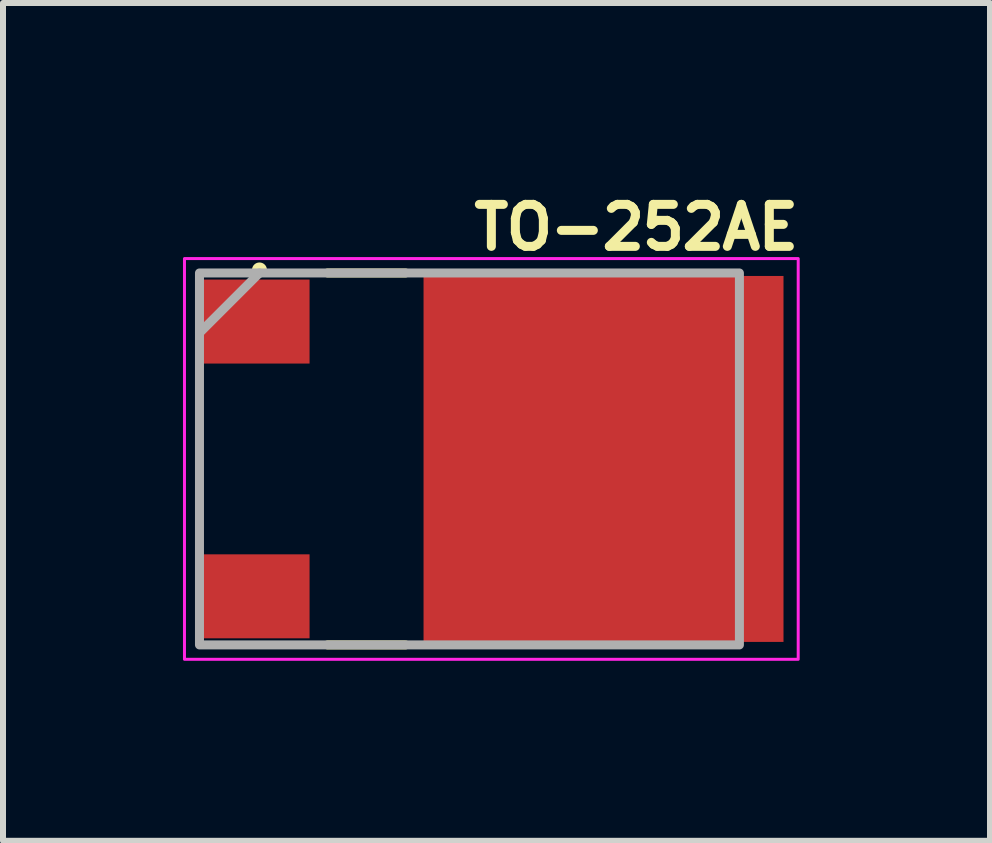
<source format=kicad_pcb>
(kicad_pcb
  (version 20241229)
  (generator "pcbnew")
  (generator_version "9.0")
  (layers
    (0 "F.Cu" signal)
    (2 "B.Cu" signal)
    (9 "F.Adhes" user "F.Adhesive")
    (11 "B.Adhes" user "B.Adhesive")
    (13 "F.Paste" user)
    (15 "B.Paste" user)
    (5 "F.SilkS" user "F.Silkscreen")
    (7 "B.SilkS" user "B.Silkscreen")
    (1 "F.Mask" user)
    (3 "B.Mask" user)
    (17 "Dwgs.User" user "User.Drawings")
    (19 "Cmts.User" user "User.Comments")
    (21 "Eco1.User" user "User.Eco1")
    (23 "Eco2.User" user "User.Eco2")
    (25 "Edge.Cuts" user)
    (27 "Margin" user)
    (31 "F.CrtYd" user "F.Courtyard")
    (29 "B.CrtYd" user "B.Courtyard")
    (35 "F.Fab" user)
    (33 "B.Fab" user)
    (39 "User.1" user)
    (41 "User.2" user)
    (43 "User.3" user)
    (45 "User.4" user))
  (footprint "TO-252AE"
    (layer "F.Cu")
    (at 4.775 4.6)
    (property "Reference" "TO-252AE" (at 0 -3.45 0) (layer "F.SilkS") (effects (font (size 0.7 0.7) (thickness 0.15)) (justify left bottom)))
    (attr smd)
    (fp_line (start -2.365 -3.1) (end -1.065 -3.1) (stroke (width 0.15) (type solid)) (layer "F.SilkS"))
    (fp_line (start -2.365 3.1) (end -1.065 3.1) (stroke (width 0.15) (type solid)) (layer "F.SilkS"))
    (fp_circle (center -3.5 -3.15) (end -3.45 -3.15) (stroke (width 0.15) (type solid)) (fill yes) (layer "F.SilkS"))
    (fp_rect (start -4.75 -3.34) (end 5.48 3.34) (stroke (width 0.05) (type solid)) (fill no) (layer "F.CrtYd"))
    (fp_line (start -3.5 -3.1) (end -4.5 -2.1) (stroke (width 0.15) (type solid)) (layer "F.Fab"))
    (fp_rect (start -4.5 -3.1) (end 4.5 3.1) (stroke (width 0.15) (type solid)) (fill no) (layer "F.Fab"))
    (fp_rect (start -4.5 -3.1) (end 4.5 3.1) (stroke (width 0.1) (type solid)) (fill no) (layer "User.5"))
    (fp_line (start -4.5 -1.908) (end -4.5 -2.667) (stroke (width 0.02) (type solid)) (layer "User.9"))
    (fp_line (start -4.5 -1.908) (end -3.682 -1.908) (stroke (width 0.02) (type solid)) (layer "User.9"))
    (fp_line (start -4.5 2.667) (end -4.5 1.908) (stroke (width 0.02) (type solid)) (layer "User.9"))
    (fp_line (start -4.5 2.667) (end -3.682 2.667) (stroke (width 0.02) (type solid)) (layer "User.9"))
    (fp_line (start -3.682 -2.667) (end -4.5 -2.667) (stroke (width 0.02) (type solid)) (layer "User.9"))
    (fp_line (start -3.682 -1.908) (end -3.682 -2.667) (stroke (width 0.02) (type solid)) (layer "User.9"))
    (fp_line (start -3.682 -1.908) (end -3.672 -1.908) (stroke (width 0.02) (type solid)) (layer "User.9"))
    (fp_line (start -3.682 1.908) (end -4.5 1.908) (stroke (width 0.02) (type solid)) (layer "User.9"))
    (fp_line (start -3.682 2.667) (end -3.682 1.908) (stroke (width 0.02) (type solid)) (layer "User.9"))
    (fp_line (start -3.682 2.667) (end -3.672 2.667) (stroke (width 0.02) (type solid)) (layer "User.9"))
    (fp_line (start -3.672 -2.667) (end -3.682 -2.667) (stroke (width 0.02) (type solid)) (layer "User.9"))
    (fp_line (start -3.672 -1.908) (end -3.661 -1.908) (stroke (width 0.02) (type solid)) (layer "User.9"))
    (fp_line (start -3.672 1.908) (end -3.682 1.908) (stroke (width 0.02) (type solid)) (layer "User.9"))
    (fp_line (start -3.672 2.667) (end -3.661 2.667) (stroke (width 0.02) (type solid)) (layer "User.9"))
    (fp_line (start -3.661 -2.667) (end -3.672 -2.667) (stroke (width 0.02) (type solid)) (layer "User.9"))
    (fp_line (start -3.661 -1.908) (end -3.652 -1.908) (stroke (width 0.02) (type solid)) (layer "User.9"))
    (fp_line (start -3.661 1.908) (end -3.672 1.908) (stroke (width 0.02) (type solid)) (layer "User.9"))
    (fp_line (start -3.661 2.667) (end -3.652 2.667) (stroke (width 0.02) (type solid)) (layer "User.9"))
    (fp_line (start -3.652 -2.667) (end -3.661 -2.667) (stroke (width 0.02) (type solid)) (layer "User.9"))
    (fp_line (start -3.652 -1.908) (end -3.642 -1.908) (stroke (width 0.02) (type solid)) (layer "User.9"))
    (fp_line (start -3.652 1.908) (end -3.661 1.908) (stroke (width 0.02) (type solid)) (layer "User.9"))
    (fp_line (start -3.652 2.667) (end -3.642 2.667) (stroke (width 0.02) (type solid)) (layer "User.9"))
    (fp_line (start -3.642 -2.667) (end -3.652 -2.667) (stroke (width 0.02) (type solid)) (layer "User.9"))
    (fp_line (start -3.642 -1.908) (end -3.632 -1.908) (stroke (width 0.02) (type solid)) (layer "User.9"))
    (fp_line (start -3.642 1.908) (end -3.652 1.908) (stroke (width 0.02) (type solid)) (layer "User.9"))
    (fp_line (start -3.642 2.667) (end -3.632 2.667) (stroke (width 0.02) (type solid)) (layer "User.9"))
    (fp_line (start -3.632 -2.667) (end -3.642 -2.667) (stroke (width 0.02) (type solid)) (layer "User.9"))
    (fp_line (start -3.632 -1.908) (end -3.623 -1.908) (stroke (width 0.02) (type solid)) (layer "User.9"))
    (fp_line (start -3.632 1.908) (end -3.642 1.908) (stroke (width 0.02) (type solid)) (layer "User.9"))
    (fp_line (start -3.632 2.667) (end -3.623 2.667) (stroke (width 0.02) (type solid)) (layer "User.9"))
    (fp_line (start -3.623 -2.667) (end -3.632 -2.667) (stroke (width 0.02) (type solid)) (layer "User.9"))
    (fp_line (start -3.623 -1.908) (end -3.614 -1.908) (stroke (width 0.02) (type solid)) (layer "User.9"))
    (fp_line (start -3.623 1.908) (end -3.632 1.908) (stroke (width 0.02) (type solid)) (layer "User.9"))
    (fp_line (start -3.623 2.667) (end -3.614 2.667) (stroke (width 0.02) (type solid)) (layer "User.9"))
    (fp_line (start -3.614 -2.667) (end -3.623 -2.667) (stroke (width 0.02) (type solid)) (layer "User.9"))
    (fp_line (start -3.614 -1.908) (end -3.606 -1.908) (stroke (width 0.02) (type solid)) (layer "User.9"))
    (fp_line (start -3.614 1.908) (end -3.623 1.908) (stroke (width 0.02) (type solid)) (layer "User.9"))
    (fp_line (start -3.614 2.667) (end -3.606 2.667) (stroke (width 0.02) (type solid)) (layer "User.9"))
    (fp_line (start -3.606 -2.667) (end -3.614 -2.667) (stroke (width 0.02) (type solid)) (layer "User.9"))
    (fp_line (start -3.606 -1.908) (end -3.598 -1.908) (stroke (width 0.02) (type solid)) (layer "User.9"))
    (fp_line (start -3.606 1.908) (end -3.614 1.908) (stroke (width 0.02) (type solid)) (layer "User.9"))
    (fp_line (start -3.606 2.667) (end -3.598 2.667) (stroke (width 0.02) (type solid)) (layer "User.9"))
    (fp_line (start -3.598 -2.667) (end -3.606 -2.667) (stroke (width 0.02) (type solid)) (layer "User.9"))
    (fp_line (start -3.598 -1.908) (end -3.59 -1.908) (stroke (width 0.02) (type solid)) (layer "User.9"))
    (fp_line (start -3.598 1.908) (end -3.606 1.908) (stroke (width 0.02) (type solid)) (layer "User.9"))
    (fp_line (start -3.598 2.667) (end -3.59 2.667) (stroke (width 0.02) (type solid)) (layer "User.9"))
    (fp_line (start -3.59 -2.667) (end -3.598 -2.667) (stroke (width 0.02) (type solid)) (layer "User.9"))
    (fp_line (start -3.59 -1.908) (end -3.583 -1.908) (stroke (width 0.02) (type solid)) (layer "User.9"))
    (fp_line (start -3.59 1.908) (end -3.598 1.908) (stroke (width 0.02) (type solid)) (layer "User.9"))
    (fp_line (start -3.59 2.667) (end -3.583 2.667) (stroke (width 0.02) (type solid)) (layer "User.9"))
    (fp_line (start -3.583 -2.667) (end -3.59 -2.667) (stroke (width 0.02) (type solid)) (layer "User.9"))
    (fp_line (start -3.583 -1.908) (end -3.576 -1.908) (stroke (width 0.02) (type solid)) (layer "User.9"))
    (fp_line (start -3.583 1.908) (end -3.59 1.908) (stroke (width 0.02) (type solid)) (layer "User.9"))
    (fp_line (start -3.583 2.667) (end -3.576 2.667) (stroke (width 0.02) (type solid)) (layer "User.9"))
    (fp_line (start -3.576 -2.667) (end -3.583 -2.667) (stroke (width 0.02) (type solid)) (layer "User.9"))
    (fp_line (start -3.576 -1.908) (end -3.57 -1.908) (stroke (width 0.02) (type solid)) (layer "User.9"))
    (fp_line (start -3.576 1.908) (end -3.583 1.908) (stroke (width 0.02) (type solid)) (layer "User.9"))
    (fp_line (start -3.576 2.667) (end -3.57 2.667) (stroke (width 0.02) (type solid)) (layer "User.9"))
    (fp_line (start -3.57 -2.667) (end -3.576 -2.667) (stroke (width 0.02) (type solid)) (layer "User.9"))
    (fp_line (start -3.57 -1.908) (end -3.565 -1.908) (stroke (width 0.02) (type solid)) (layer "User.9"))
    (fp_line (start -3.57 1.908) (end -3.576 1.908) (stroke (width 0.02) (type solid)) (layer "User.9"))
    (fp_line (start -3.57 2.667) (end -3.565 2.667) (stroke (width 0.02) (type solid)) (layer "User.9"))
    (fp_line (start -3.565 -2.667) (end -3.57 -2.667) (stroke (width 0.02) (type solid)) (layer "User.9"))
    (fp_line (start -3.565 -1.908) (end -3.565 -2.667) (stroke (width 0.02) (type solid)) (layer "User.9"))
    (fp_line (start -3.565 -1.908) (end -3.49 -1.908) (stroke (width 0.02) (type solid)) (layer "User.9"))
    (fp_line (start -3.565 1.908) (end -3.57 1.908) (stroke (width 0.02) (type solid)) (layer "User.9"))
    (fp_line (start -3.565 2.667) (end -3.565 1.908) (stroke (width 0.02) (type solid)) (layer "User.9"))
    (fp_line (start -3.565 2.667) (end -3.49 2.667) (stroke (width 0.02) (type solid)) (layer "User.9"))
    (fp_line (start -3.49 -2.667) (end -3.565 -2.667) (stroke (width 0.02) (type solid)) (layer "User.9"))
    (fp_line (start -3.49 -1.908) (end -3.49 -2.667) (stroke (width 0.02) (type solid)) (layer "User.9"))
    (fp_line (start -3.49 -1.908) (end -3.472 -1.908) (stroke (width 0.02) (type solid)) (layer "User.9"))
    (fp_line (start -3.49 1.908) (end -3.565 1.908) (stroke (width 0.02) (type solid)) (layer "User.9"))
    (fp_line (start -3.49 2.667) (end -3.49 1.908) (stroke (width 0.02) (type solid)) (layer "User.9"))
    (fp_line (start -3.49 2.667) (end -3.472 2.667) (stroke (width 0.02) (type solid)) (layer "User.9"))
    (fp_line (start -3.472 -2.667) (end -3.49 -2.667) (stroke (width 0.02) (type solid)) (layer "User.9"))
    (fp_line (start -3.472 -1.908) (end -3.452 -1.908) (stroke (width 0.02) (type solid)) (layer "User.9"))
    (fp_line (start -3.472 1.908) (end -3.49 1.908) (stroke (width 0.02) (type solid)) (layer "User.9"))
    (fp_line (start -3.472 2.667) (end -3.452 2.667) (stroke (width 0.02) (type solid)) (layer "User.9"))
    (fp_line (start -3.452 -2.667) (end -3.472 -2.667) (stroke (width 0.02) (type solid)) (layer "User.9"))
    (fp_line (start -3.452 -1.908) (end -3.43 -1.908) (stroke (width 0.02) (type solid)) (layer "User.9"))
    (fp_line (start -3.452 1.908) (end -3.472 1.908) (stroke (width 0.02) (type solid)) (layer "User.9"))
    (fp_line (start -3.452 2.667) (end -3.43 2.667) (stroke (width 0.02) (type solid)) (layer "User.9"))
    (fp_line (start -3.43 -2.667) (end -3.452 -2.667) (stroke (width 0.02) (type solid)) (layer "User.9"))
    (fp_line (start -3.43 -1.908) (end -3.406 -1.908) (stroke (width 0.02) (type solid)) (layer "User.9"))
    (fp_line (start -3.43 1.908) (end -3.452 1.908) (stroke (width 0.02) (type solid)) (layer "User.9"))
    (fp_line (start -3.43 2.667) (end -3.406 2.667) (stroke (width 0.02) (type solid)) (layer "User.9"))
    (fp_line (start -3.406 -2.667) (end -3.43 -2.667) (stroke (width 0.02) (type solid)) (layer "User.9"))
    (fp_line (start -3.406 -1.908) (end -3.381 -1.908) (stroke (width 0.02) (type solid)) (layer "User.9"))
    (fp_line (start -3.406 1.908) (end -3.43 1.908) (stroke (width 0.02) (type solid)) (layer "User.9"))
    (fp_line (start -3.406 2.667) (end -3.381 2.667) (stroke (width 0.02) (type solid)) (layer "User.9"))
    (fp_line (start -3.381 -2.667) (end -3.406 -2.667) (stroke (width 0.02) (type solid)) (layer "User.9"))
    (fp_line (start -3.381 -1.908) (end -3.354 -1.908) (stroke (width 0.02) (type solid)) (layer "User.9"))
    (fp_line (start -3.381 1.908) (end -3.406 1.908) (stroke (width 0.02) (type solid)) (layer "User.9"))
    (fp_line (start -3.381 2.667) (end -3.354 2.667) (stroke (width 0.02) (type solid)) (layer "User.9"))
    (fp_line (start -3.354 -2.667) (end -3.381 -2.667) (stroke (width 0.02) (type solid)) (layer "User.9"))
    (fp_line (start -3.354 -1.908) (end -3.325 -1.908) (stroke (width 0.02) (type solid)) (layer "User.9"))
    (fp_line (start -3.354 1.908) (end -3.381 1.908) (stroke (width 0.02) (type solid)) (layer "User.9"))
    (fp_line (start -3.354 2.667) (end -3.325 2.667) (stroke (width 0.02) (type solid)) (layer "User.9"))
    (fp_line (start -3.325 -2.667) (end -3.354 -2.667) (stroke (width 0.02) (type solid)) (layer "User.9"))
    (fp_line (start -3.325 -1.908) (end -3.295 -1.908) (stroke (width 0.02) (type solid)) (layer "User.9"))
    (fp_line (start -3.325 1.908) (end -3.354 1.908) (stroke (width 0.02) (type solid)) (layer "User.9"))
    (fp_line (start -3.325 2.667) (end -3.295 2.667) (stroke (width 0.02) (type solid)) (layer "User.9"))
    (fp_line (start -3.295 -2.667) (end -3.325 -2.667) (stroke (width 0.02) (type solid)) (layer "User.9"))
    (fp_line (start -3.295 -1.908) (end -3.265 -1.908) (stroke (width 0.02) (type solid)) (layer "User.9"))
    (fp_line (start -3.295 1.908) (end -3.325 1.908) (stroke (width 0.02) (type solid)) (layer "User.9"))
    (fp_line (start -3.295 2.667) (end -3.265 2.667) (stroke (width 0.02) (type solid)) (layer "User.9"))
    (fp_line (start -3.265 -2.667) (end -3.295 -2.667) (stroke (width 0.02) (type solid)) (layer "User.9"))
    (fp_line (start -3.265 -1.908) (end -3.233 -1.908) (stroke (width 0.02) (type solid)) (layer "User.9"))
    (fp_line (start -3.265 1.908) (end -3.295 1.908) (stroke (width 0.02) (type solid)) (layer "User.9"))
    (fp_line (start -3.265 2.667) (end -3.233 2.667) (stroke (width 0.02) (type solid)) (layer "User.9"))
    (fp_line (start -3.233 -2.667) (end -3.265 -2.667) (stroke (width 0.02) (type solid)) (layer "User.9"))
    (fp_line (start -3.233 -1.908) (end -3.2 -1.908) (stroke (width 0.02) (type solid)) (layer "User.9"))
    (fp_line (start -3.233 1.908) (end -3.265 1.908) (stroke (width 0.02) (type solid)) (layer "User.9"))
    (fp_line (start -3.233 2.667) (end -3.2 2.667) (stroke (width 0.02) (type solid)) (layer "User.9"))
    (fp_line (start -3.2 -2.667) (end -3.233 -2.667) (stroke (width 0.02) (type solid)) (layer "User.9"))
    (fp_line (start -3.2 -1.908) (end -3.167 -1.908) (stroke (width 0.02) (type solid)) (layer "User.9"))
    (fp_line (start -3.2 1.908) (end -3.233 1.908) (stroke (width 0.02) (type solid)) (layer "User.9"))
    (fp_line (start -3.2 2.667) (end -3.167 2.667) (stroke (width 0.02) (type solid)) (layer "User.9"))
    (fp_line (start -3.167 -2.667) (end -3.2 -2.667) (stroke (width 0.02) (type solid)) (layer "User.9"))
    (fp_line (start -3.167 -1.908) (end -3.134 -1.908) (stroke (width 0.02) (type solid)) (layer "User.9"))
    (fp_line (start -3.167 1.908) (end -3.2 1.908) (stroke (width 0.02) (type solid)) (layer "User.9"))
    (fp_line (start -3.167 2.667) (end -3.134 2.667) (stroke (width 0.02) (type solid)) (layer "User.9"))
    (fp_line (start -3.134 -2.667) (end -3.167 -2.667) (stroke (width 0.02) (type solid)) (layer "User.9"))
    (fp_line (start -3.134 -1.908) (end -3.1 -1.908) (stroke (width 0.02) (type solid)) (layer "User.9"))
    (fp_line (start -3.134 1.908) (end -3.167 1.908) (stroke (width 0.02) (type solid)) (layer "User.9"))
    (fp_line (start -3.134 2.667) (end -3.1 2.667) (stroke (width 0.02) (type solid)) (layer "User.9"))
    (fp_line (start -3.1 -2.667) (end -3.134 -2.667) (stroke (width 0.02) (type solid)) (layer "User.9"))
    (fp_line (start -3.1 -1.908) (end -3.1 -2.667) (stroke (width 0.02) (type solid)) (layer "User.9"))
    (fp_line (start -3.1 -1.908) (end -2.579 -1.908) (stroke (width 0.02) (type solid)) (layer "User.9"))
    (fp_line (start -3.1 1.908) (end -3.134 1.908) (stroke (width 0.02) (type solid)) (layer "User.9"))
    (fp_line (start -3.1 2.667) (end -3.1 1.908) (stroke (width 0.02) (type solid)) (layer "User.9"))
    (fp_line (start -3.1 2.667) (end -2.579 2.667) (stroke (width 0.02) (type solid)) (layer "User.9"))
    (fp_line (start -3 -0.381) (end -3 0.381) (stroke (width 0.02) (type solid)) (layer "User.9"))
    (fp_line (start -3 0.381) (end -2.579 0.381) (stroke (width 0.02) (type solid)) (layer "User.9"))
    (fp_line (start -2.6 -3.09) (end -2.6 -2.667) (stroke (width 0.02) (type solid)) (layer "User.9"))
    (fp_line (start -2.6 -3.09) (end -2.59 -3.1) (stroke (width 0.02) (type solid)) (layer "User.9"))
    (fp_line (start -2.6 -1.908) (end -2.6 -0.381) (stroke (width 0.02) (type solid)) (layer "User.9"))
    (fp_line (start -2.6 0.381) (end -2.6 1.908) (stroke (width 0.02) (type solid)) (layer "User.9"))
    (fp_line (start -2.6 2.667) (end -2.6 3.09) (stroke (width 0.02) (type solid)) (layer "User.9"))
    (fp_line (start -2.6 3.09) (end -2.55 3.04) (stroke (width 0.02) (type solid)) (layer "User.9"))
    (fp_line (start -2.59 -3.1) (end 3.967 -3.1) (stroke (width 0.02) (type solid)) (layer "User.9"))
    (fp_line (start -2.59 3.1) (end -2.6 3.09) (stroke (width 0.02) (type solid)) (layer "User.9"))
    (fp_line (start -2.59 3.1) (end 3.967 3.1) (stroke (width 0.02) (type solid)) (layer "User.9"))
    (fp_line (start -2.579 -2.667) (end -3.1 -2.667) (stroke (width 0.02) (type solid)) (layer "User.9"))
    (fp_line (start -2.579 -1.908) (end -2.579 -2.667) (stroke (width 0.02) (type solid)) (layer "User.9"))
    (fp_line (start -2.579 -0.381) (end -3 -0.381) (stroke (width 0.02) (type solid)) (layer "User.9"))
    (fp_line (start -2.579 0.381) (end -2.579 -0.381) (stroke (width 0.02) (type solid)) (layer "User.9"))
    (fp_line (start -2.579 1.908) (end -3.1 1.908) (stroke (width 0.02) (type solid)) (layer "User.9"))
    (fp_line (start -2.579 2.667) (end -2.579 1.908) (stroke (width 0.02) (type solid)) (layer "User.9"))
    (fp_line (start -2.55 -3.04) (end -2.6 -3.09) (stroke (width 0.02) (type solid)) (layer "User.9"))
    (fp_line (start -2.55 -3.04) (end 3.871 -3.04) (stroke (width 0.02) (type solid)) (layer "User.9"))
    (fp_line (start -2.55 3.04) (end -2.548 3.036) (stroke (width 0.02) (type solid)) (layer "User.9"))
    (fp_line (start -2.548 -3.036) (end -2.55 -3.04) (stroke (width 0.02) (type solid)) (layer "User.9"))
    (fp_line (start -2.548 3.036) (end -2.547 3.026) (stroke (width 0.02) (type solid)) (layer "User.9"))
    (fp_line (start -2.547 -3.026) (end -2.548 -3.036) (stroke (width 0.02) (type solid)) (layer "User.9"))
    (fp_line (start -2.547 3.026) (end -2.543 2.992) (stroke (width 0.02) (type solid)) (layer "User.9"))
    (fp_line (start -2.543 -2.992) (end -2.547 -3.026) (stroke (width 0.02) (type solid)) (layer "User.9"))
    (fp_line (start -2.543 2.992) (end -2.541 2.89) (stroke (width 0.02) (type solid)) (layer "User.9"))
    (fp_line (start -2.541 -2.89) (end -2.543 -2.992) (stroke (width 0.02) (type solid)) (layer "User.9"))
    (fp_line (start -2.541 -2.89) (end -2.541 2.89) (stroke (width 0.02) (type solid)) (layer "User.9"))
    (fp_line (start -2.541 2.89) (end 3.856 2.89) (stroke (width 0.02) (type solid)) (layer "User.9"))
    (fp_line (start 3.856 -2.89) (end -2.541 -2.89) (stroke (width 0.02) (type solid)) (layer "User.9"))
    (fp_line (start 3.856 2.89) (end 3.856 -2.89) (stroke (width 0.02) (type solid)) (layer "User.9"))
    (fp_line (start 3.856 2.89) (end 3.857 2.943) (stroke (width 0.02) (type solid)) (layer "User.9"))
    (fp_line (start 3.857 -2.943) (end 3.856 -2.89) (stroke (width 0.02) (type solid)) (layer "User.9"))
    (fp_line (start 3.857 2.943) (end 3.86 2.992) (stroke (width 0.02) (type solid)) (layer "User.9"))
    (fp_line (start 3.86 -2.992) (end 3.857 -2.943) (stroke (width 0.02) (type solid)) (layer "User.9"))
    (fp_line (start 3.86 2.992) (end 3.866 3.026) (stroke (width 0.02) (type solid)) (layer "User.9"))
    (fp_line (start 3.866 -3.026) (end 3.86 -2.992) (stroke (width 0.02) (type solid)) (layer "User.9"))
    (fp_line (start 3.866 3.026) (end 3.869 3.036) (stroke (width 0.02) (type solid)) (layer "User.9"))
    (fp_line (start 3.869 -3.036) (end 3.866 -3.026) (stroke (width 0.02) (type solid)) (layer "User.9"))
    (fp_line (start 3.869 3.036) (end 3.871 3.04) (stroke (width 0.02) (type solid)) (layer "User.9"))
    (fp_line (start 3.871 -3.04) (end 3.869 -3.036) (stroke (width 0.02) (type solid)) (layer "User.9"))
    (fp_line (start 3.871 3.04) (end -2.55 3.04) (stroke (width 0.02) (type solid)) (layer "User.9"))
    (fp_line (start 3.871 3.04) (end 3.967 3.1) (stroke (width 0.02) (type solid)) (layer "User.9"))
    (fp_line (start 3.967 -3.1) (end 3.871 -3.04) (stroke (width 0.02) (type solid)) (layer "User.9"))
    (fp_line (start 3.967 -2.75) (end 3.967 2.75) (stroke (width 0.02) (type solid)) (layer "User.9"))
    (fp_line (start 3.967 2.75) (end 4.5 2.75) (stroke (width 0.02) (type solid)) (layer "User.9"))
    (fp_line (start 3.967 3.1) (end 3.99 3.086) (stroke (width 0.02) (type solid)) (layer "User.9"))
    (fp_line (start 3.99 -3.086) (end 3.967 -3.1) (stroke (width 0.02) (type solid)) (layer "User.9"))
    (fp_line (start 3.99 3.086) (end 3.994 3.077) (stroke (width 0.02) (type solid)) (layer "User.9"))
    (fp_line (start 3.994 -3.077) (end 3.99 -3.086) (stroke (width 0.02) (type solid)) (layer "User.9"))
    (fp_line (start 3.994 3.077) (end 3.997 3.054) (stroke (width 0.02) (type solid)) (layer "User.9"))
    (fp_line (start 3.997 -3.054) (end 3.994 -3.077) (stroke (width 0.02) (type solid)) (layer "User.9"))
    (fp_line (start 3.997 3.054) (end 4 2.986) (stroke (width 0.02) (type solid)) (layer "User.9"))
    (fp_line (start 4 -2.986) (end 3.997 -3.054) (stroke (width 0.02) (type solid)) (layer "User.9"))
    (fp_line (start 4 -2.75) (end 4 -2.986) (stroke (width 0.02) (type solid)) (layer "User.9"))
    (fp_line (start 4 2.986) (end 4 2.75) (stroke (width 0.02) (type solid)) (layer "User.9"))
    (fp_line (start 4.4 -1.755) (end 4.403 -1.786) (stroke (width 0.02) (type solid)) (layer "User.9"))
    (fp_line (start 4.4 1.755) (end 4.4 -1.755) (stroke (width 0.02) (type solid)) (layer "User.9"))
    (fp_line (start 4.403 -1.786) (end 4.412 -1.815) (stroke (width 0.02) (type solid)) (layer "User.9"))
    (fp_line (start 4.403 1.786) (end 4.4 1.755) (stroke (width 0.02) (type solid)) (layer "User.9"))
    (fp_line (start 4.412 -1.815) (end 4.428 -1.842) (stroke (width 0.02) (type solid)) (layer "User.9"))
    (fp_line (start 4.412 1.815) (end 4.403 1.786) (stroke (width 0.02) (type solid)) (layer "User.9"))
    (fp_line (start 4.428 -1.842) (end 4.448 -1.865) (stroke (width 0.02) (type solid)) (layer "User.9"))
    (fp_line (start 4.428 1.842) (end 4.412 1.815) (stroke (width 0.02) (type solid)) (layer "User.9"))
    (fp_line (start 4.448 -1.865) (end 4.472 -1.883) (stroke (width 0.02) (type solid)) (layer "User.9"))
    (fp_line (start 4.448 1.865) (end 4.428 1.842) (stroke (width 0.02) (type solid)) (layer "User.9"))
    (fp_line (start 4.472 -1.883) (end 4.5 -1.896) (stroke (width 0.02) (type solid)) (layer "User.9"))
    (fp_line (start 4.472 1.883) (end 4.448 1.865) (stroke (width 0.02) (type solid)) (layer "User.9"))
    (fp_line (start 4.5 -2.75) (end 3.967 -2.75) (stroke (width 0.02) (type solid)) (layer "User.9"))
    (fp_line (start 4.5 -1.896) (end 4.5 -2.75) (stroke (width 0.02) (type solid)) (layer "User.9"))
    (fp_line (start 4.5 1.896) (end 4.472 1.883) (stroke (width 0.02) (type solid)) (layer "User.9"))
    (fp_line (start 4.5 2.75) (end 4.5 1.896) (stroke (width 0.02) (type solid)) (layer "User.9"))
    (pad "1" smd rect (at -3.615 -2.29 90) (size 1.4 1.9) (layers "F.Cu" "F.Mask" "F.Paste"))
    (pad "2" smd rect (at -3.615 2.29 90) (size 1.4 1.9) (layers "F.Cu" "F.Mask" "F.Paste"))
    (pad "3" smd rect (at 2.235 0 180) (size 6 6.1) (layers "F.Cu" "F.Mask" "F.Paste")))
  (gr_rect
    (start -3 -3)
    (end 13.452 10.965)
    (stroke (width 0.1) (type default))
    (fill no)
    (layer "Edge.Cuts")))
</source>
